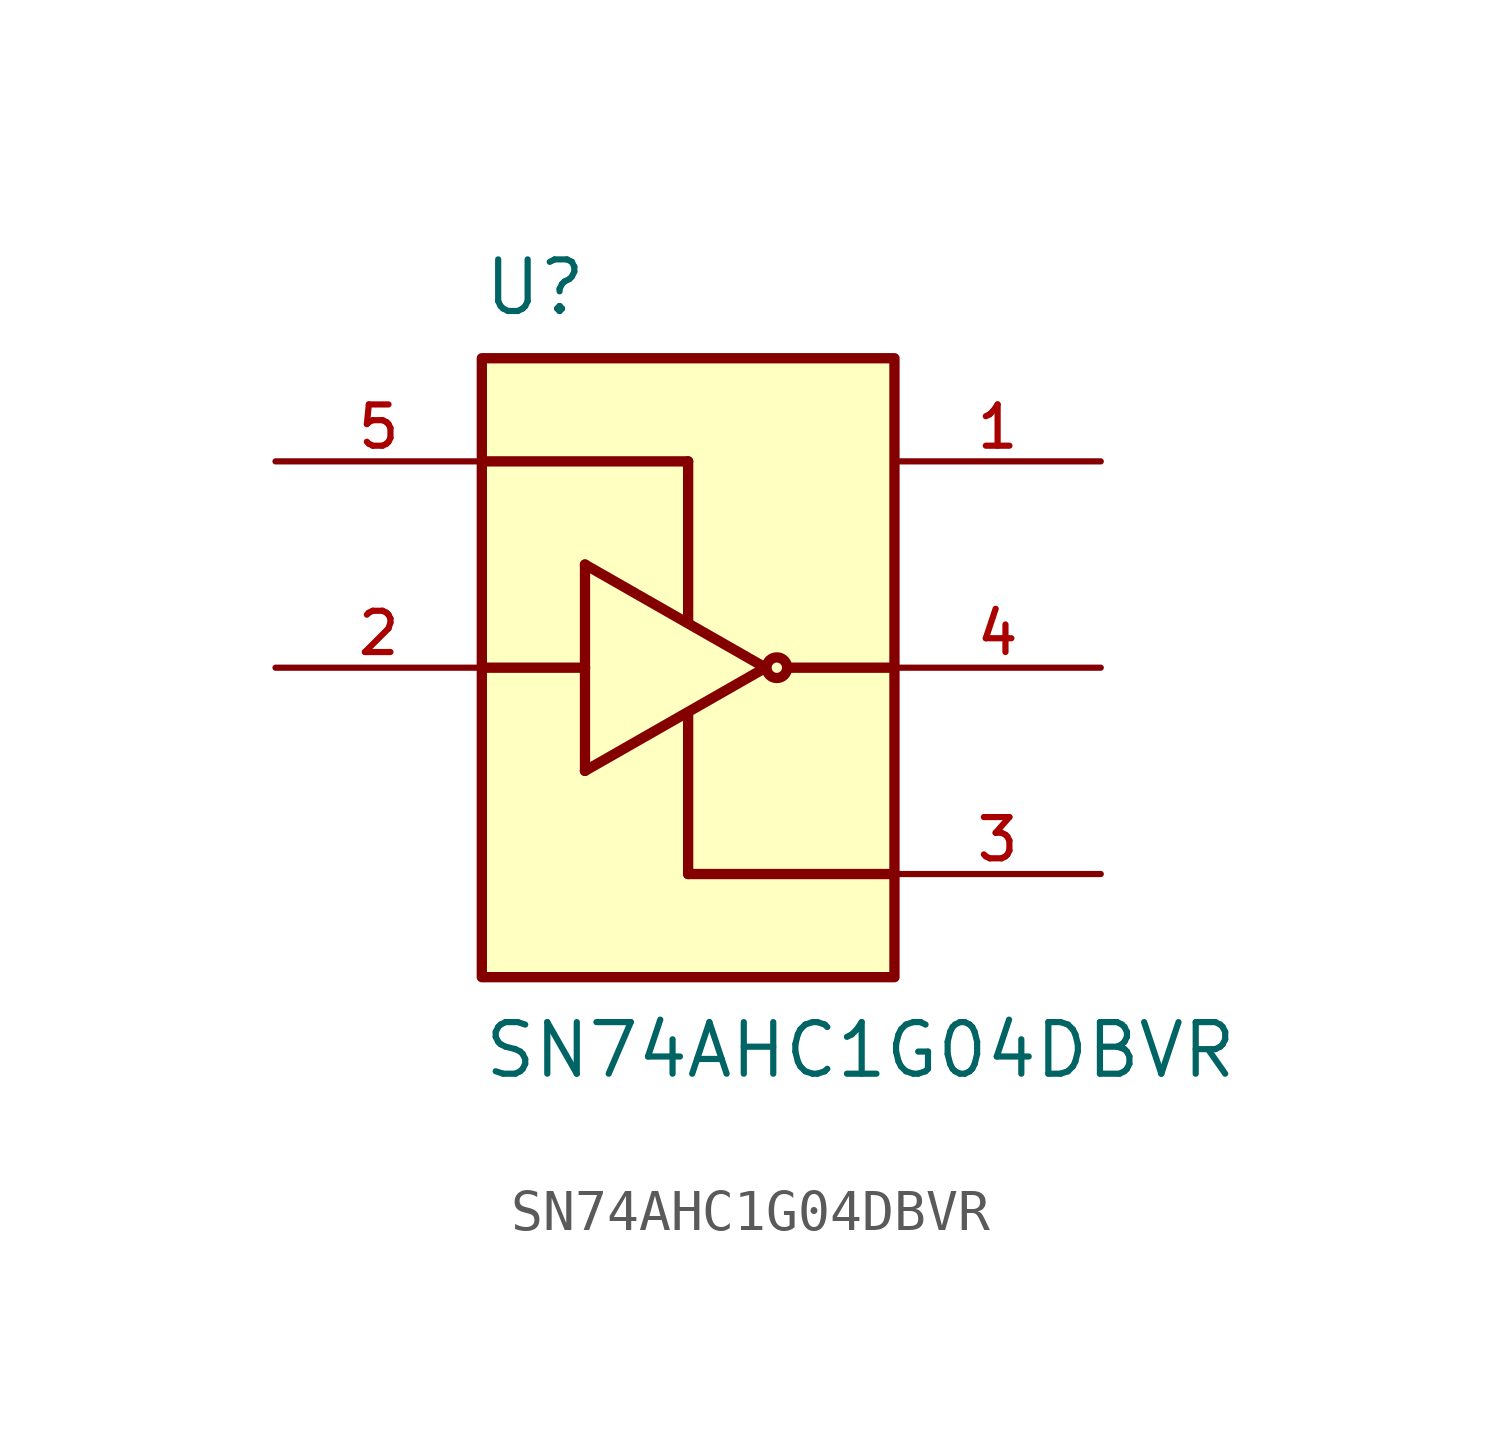
<source format=kicad_sym>
(kicad_symbol_lib
  (version 20211014)
  (generator kicad_symbol_editor)
  (symbol "SN74AHC1G04DBVR"
    (pin_names
      (offset 1.016))
    (property "Reference" "U"
      (at -5.08 8.62 0.0)
      (effects (font (size 1.27 1.27)) (justify bottom left)))
    (property "Value" "SN74AHC1G04DBVR"
      (at -5.08 -10.16 0.0)
      (effects (font (size 1.27 1.27)) (justify bottom left)))
    (symbol "SN74AHC1G04DBVR_0_0"
      (circle (center 2.184 0.0) (radius 0.254) (stroke (width 0.254)) (fill (type none)))
      (polyline (pts (xy -2.54 2.54) (xy 1.905 0.0)) (stroke (width 0.254)))
      (polyline (pts (xy 1.905 0.0) (xy -2.54 -2.54)) (stroke (width 0.254)))
      (polyline (pts (xy -2.54 -2.54) (xy -2.54 0.0)) (stroke (width 0.254)))
      (polyline (pts (xy -2.54 0.0) (xy -2.54 2.54)) (stroke (width 0.254)))
      (polyline (pts (xy -5.08 5.08) (xy 0.0 5.08)) (stroke (width 0.254)))
      (polyline (pts (xy 0.0 5.08) (xy 0.0 1.143)) (stroke (width 0.254)))
      (polyline (pts (xy 0.0 -1.143) (xy 0.0 -5.08)) (stroke (width 0.254)))
      (polyline (pts (xy 0.0 -5.08) (xy 5.08 -5.08)) (stroke (width 0.254)))
      (polyline (pts (xy -5.08 0.0) (xy -2.54 0.0)) (stroke (width 0.254)))
      (polyline (pts (xy 2.54 0.0) (xy 5.08 0.0)) (stroke (width 0.254)))
      (rectangle (start -5.08 -7.62) (end 5.08 7.62) (stroke (width 0.254)) (fill (type background)))
      (pin input line (at -10.16 0.0 0) (length 5.08) (name "~" (effects (font (size 1.016 1.016)))) (number "2" (effects (font (size 1.016 1.016)))))
      (pin output line (at 10.16 0.0 180.0) (length 5.08) (name "~" (effects (font (size 1.016 1.016)))) (number "4" (effects (font (size 1.016 1.016)))))
      (pin power_in line (at -10.16 5.08 0) (length 5.08) (name "~" (effects (font (size 1.016 1.016)))) (number "5" (effects (font (size 1.016 1.016)))))
      (pin power_in line (at 10.16 -5.08 180.0) (length 5.08) (name "~" (effects (font (size 1.016 1.016)))) (number "3" (effects (font (size 1.016 1.016)))))
      (pin passive line (at 10.16 5.08 180.0) (length 5.08) (name "~" (effects (font (size 1.016 1.016)))) (number "1" (effects (font (size 1.016 1.016))))))))
</source>
